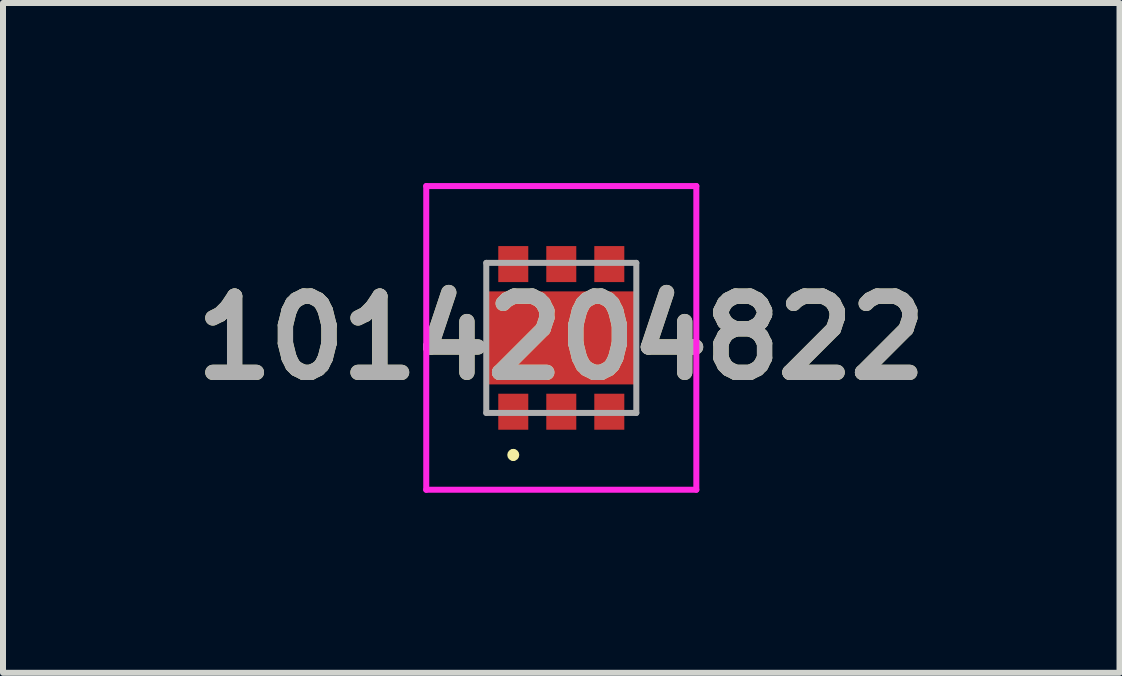
<source format=kicad_pcb>
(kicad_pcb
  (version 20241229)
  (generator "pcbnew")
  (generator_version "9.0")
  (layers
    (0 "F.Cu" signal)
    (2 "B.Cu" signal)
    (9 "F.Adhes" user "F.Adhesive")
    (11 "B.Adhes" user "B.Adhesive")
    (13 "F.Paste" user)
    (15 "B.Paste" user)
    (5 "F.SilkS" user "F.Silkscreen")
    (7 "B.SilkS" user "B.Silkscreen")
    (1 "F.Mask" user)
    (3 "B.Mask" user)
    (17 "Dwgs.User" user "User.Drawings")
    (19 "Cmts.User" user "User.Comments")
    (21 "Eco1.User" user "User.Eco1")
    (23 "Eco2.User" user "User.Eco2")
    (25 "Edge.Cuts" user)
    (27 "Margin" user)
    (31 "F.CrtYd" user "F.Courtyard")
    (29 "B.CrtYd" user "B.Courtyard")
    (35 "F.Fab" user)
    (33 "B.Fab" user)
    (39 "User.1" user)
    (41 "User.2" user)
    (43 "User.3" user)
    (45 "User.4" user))
  (footprint "1014204822"
    (layer "F.Cu")
    (at 6.302 2.58)
    (property "Reference" "1014204822" (at 0 0 0) (layer "F.SilkS") (effects (font (size 1.27 1.27) (thickness 0.254))))
    (attr smd)
    (fp_line (start -0.8 1.9) (end -0.8 1.9) (stroke (width 0.1) (type solid)) (layer "F.SilkS"))
    (fp_line (start -0.8 2) (end -0.8 2) (stroke (width 0.1) (type solid)) (layer "F.SilkS"))
    (fp_arc (start -0.8 1.9) (mid -0.75 1.95) (end -0.8 2) (stroke (width 0.1) (type solid)) (layer "F.SilkS"))
    (fp_arc (start -0.8 2) (mid -0.85 1.95) (end -0.8 1.9) (stroke (width 0.1) (type solid)) (layer "F.SilkS"))
    (fp_line (start -2.25 -2.53) (end 2.25 -2.53) (stroke (width 0.1) (type solid)) (layer "F.CrtYd"))
    (fp_line (start -2.25 2.53) (end -2.25 -2.53) (stroke (width 0.1) (type solid)) (layer "F.CrtYd"))
    (fp_line (start 2.25 -2.53) (end 2.25 2.53) (stroke (width 0.1) (type solid)) (layer "F.CrtYd"))
    (fp_line (start 2.25 2.53) (end -2.25 2.53) (stroke (width 0.1) (type solid)) (layer "F.CrtYd"))
    (fp_line (start -1.25 -1.25) (end 1.25 -1.25) (stroke (width 0.1) (type solid)) (layer "F.Fab"))
    (fp_line (start -1.25 1.25) (end -1.25 -1.25) (stroke (width 0.1) (type solid)) (layer "F.Fab"))
    (fp_line (start 1.25 -1.25) (end 1.25 1.25) (stroke (width 0.1) (type solid)) (layer "F.Fab"))
    (fp_line (start 1.25 1.25) (end -1.25 1.25) (stroke (width 0.1) (type solid)) (layer "F.Fab"))
    (fp_text user "${REFERENCE}" (at 0 0 0) (layer "F.Fab") (effects (font (size 1.27 1.27) (thickness 0.254))))
    (pad "1" smd rect (at -0.8 1.23) (size 0.5 0.6) (layers "F.Cu" "F.Mask" "F.Paste"))
    (pad "2" smd rect (at 0 1.23) (size 0.5 0.6) (layers "F.Cu" "F.Mask" "F.Paste"))
    (pad "3" smd rect (at 0.8 1.23) (size 0.5 0.6) (layers "F.Cu" "F.Mask" "F.Paste"))
    (pad "4" smd rect (at 0.8 -1.23) (size 0.5 0.6) (layers "F.Cu" "F.Mask" "F.Paste"))
    (pad "5" smd rect (at 0 -1.23) (size 0.5 0.6) (layers "F.Cu" "F.Mask" "F.Paste"))
    (pad "6" smd rect (at -0.8 -1.23) (size 0.5 0.6) (layers "F.Cu" "F.Mask" "F.Paste"))
    (pad "7" smd rect (at 0 0 90) (size 1.55 2.45) (layers "F.Cu" "F.Mask" "F.Paste")))
  (gr_rect
    (start -3 -3)
    (end 15.603 8.16)
    (stroke (width 0.1) (type default))
    (fill no)
    (layer "Edge.Cuts")))
</source>
